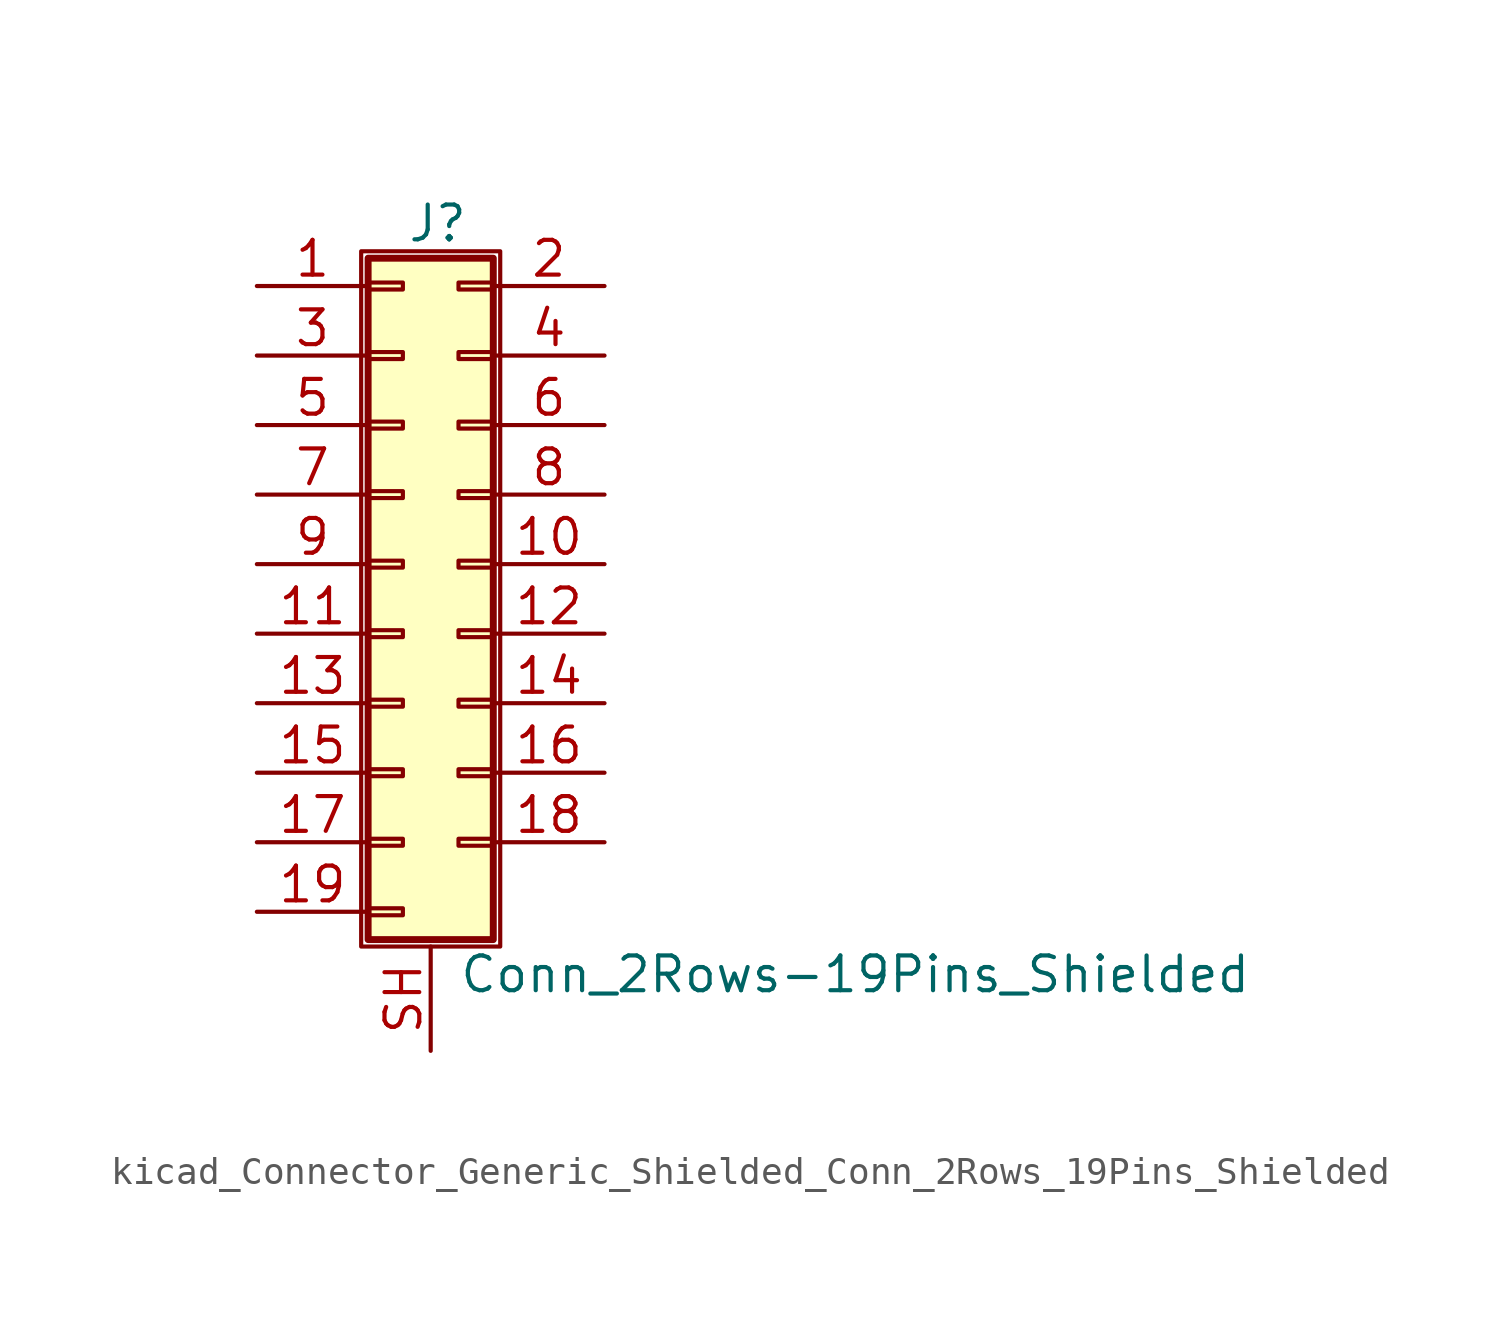
<source format=kicad_sym>
(kicad_symbol_lib
  (version 20220914)
  (generator kicad_symbol_editor)
  (symbol "kicad_Connector_Generic_Shielded_Conn_2Rows_19Pins_Shielded"
    (pin_names
      (offset 1.016) hide)
    (property "Reference" "J"
      (at 1.524 12.446 0)
      (effects (font (size 1.27 1.27))))
    (property "Value" "Conn_2Rows-19Pins_Shielded"
      (at 2.286 -14.986 0)
      (effects (font (size 1.27 1.27)) (justify left)))
    (symbol "kicad_Connector_Generic_Shielded_Conn_2Rows_19Pins_Shielded_1_1"
      (rectangle (start -1.27 11.43) (end 3.81 -13.97) (stroke (width 0.152) (type default)) (fill (type none)))
      (rectangle (start -1.016 -12.573) (end 0.254 -12.827) (stroke (width 0.152) (type default)) (fill (type none)))
      (rectangle (start -1.016 -10.033) (end 0.254 -10.287) (stroke (width 0.152) (type default)) (fill (type none)))
      (rectangle (start -1.016 -7.493) (end 0.254 -7.747) (stroke (width 0.152) (type default)) (fill (type none)))
      (rectangle (start -1.016 -4.953) (end 0.254 -5.207) (stroke (width 0.152) (type default)) (fill (type none)))
      (rectangle (start -1.016 -2.413) (end 0.254 -2.667) (stroke (width 0.152) (type default)) (fill (type none)))
      (rectangle (start -1.016 0.127) (end 0.254 -0.127) (stroke (width 0.152) (type default)) (fill (type none)))
      (rectangle (start -1.016 2.667) (end 0.254 2.413) (stroke (width 0.152) (type default)) (fill (type none)))
      (rectangle (start -1.016 5.207) (end 0.254 4.953) (stroke (width 0.152) (type default)) (fill (type none)))
      (rectangle (start -1.016 7.747) (end 0.254 7.493) (stroke (width 0.152) (type default)) (fill (type none)))
      (rectangle (start -1.016 10.287) (end 0.254 10.033) (stroke (width 0.152) (type default)) (fill (type none)))
      (rectangle (start -1.016 11.176) (end 3.556 -13.716) (stroke (width 0.254) (type default)) (fill (type background)))
      (rectangle (start 3.556 -10.033) (end 2.286 -10.287) (stroke (width 0.152) (type default)) (fill (type none)))
      (rectangle (start 3.556 -7.493) (end 2.286 -7.747) (stroke (width 0.152) (type default)) (fill (type none)))
      (rectangle (start 3.556 -4.953) (end 2.286 -5.207) (stroke (width 0.152) (type default)) (fill (type none)))
      (rectangle (start 3.556 -2.413) (end 2.286 -2.667) (stroke (width 0.152) (type default)) (fill (type none)))
      (rectangle (start 3.556 0.127) (end 2.286 -0.127) (stroke (width 0.152) (type default)) (fill (type none)))
      (rectangle (start 3.556 2.667) (end 2.286 2.413) (stroke (width 0.152) (type default)) (fill (type none)))
      (rectangle (start 3.556 5.207) (end 2.286 4.953) (stroke (width 0.152) (type default)) (fill (type none)))
      (rectangle (start 3.556 7.747) (end 2.286 7.493) (stroke (width 0.152) (type default)) (fill (type none)))
      (rectangle (start 3.556 10.287) (end 2.286 10.033) (stroke (width 0.152) (type default)) (fill (type none)))
      (pin passive line (at -5.08 10.16 0) (length 4.064) (name "Pin_1" (effects (font (size 1.27 1.27)))) (number "1" (effects (font (size 1.27 1.27)))))
      (pin passive line (at 7.62 0 180) (length 4.064) (name "Pin_10" (effects (font (size 1.27 1.27)))) (number "10" (effects (font (size 1.27 1.27)))))
      (pin passive line (at -5.08 -2.54 0) (length 4.064) (name "Pin_11" (effects (font (size 1.27 1.27)))) (number "11" (effects (font (size 1.27 1.27)))))
      (pin passive line (at 7.62 -2.54 180) (length 4.064) (name "Pin_12" (effects (font (size 1.27 1.27)))) (number "12" (effects (font (size 1.27 1.27)))))
      (pin passive line (at -5.08 -5.08 0) (length 4.064) (name "Pin_13" (effects (font (size 1.27 1.27)))) (number "13" (effects (font (size 1.27 1.27)))))
      (pin passive line (at 7.62 -5.08 180) (length 4.064) (name "Pin_14" (effects (font (size 1.27 1.27)))) (number "14" (effects (font (size 1.27 1.27)))))
      (pin passive line (at -5.08 -7.62 0) (length 4.064) (name "Pin_15" (effects (font (size 1.27 1.27)))) (number "15" (effects (font (size 1.27 1.27)))))
      (pin passive line (at 7.62 -7.62 180) (length 4.064) (name "Pin_16" (effects (font (size 1.27 1.27)))) (number "16" (effects (font (size 1.27 1.27)))))
      (pin passive line (at -5.08 -10.16 0) (length 4.064) (name "Pin_17" (effects (font (size 1.27 1.27)))) (number "17" (effects (font (size 1.27 1.27)))))
      (pin passive line (at 7.62 -10.16 180) (length 4.064) (name "Pin_18" (effects (font (size 1.27 1.27)))) (number "18" (effects (font (size 1.27 1.27)))))
      (pin passive line (at -5.08 -12.7 0) (length 4.064) (name "Pin_19" (effects (font (size 1.27 1.27)))) (number "19" (effects (font (size 1.27 1.27)))))
      (pin passive line (at 7.62 10.16 180) (length 4.064) (name "Pin_2" (effects (font (size 1.27 1.27)))) (number "2" (effects (font (size 1.27 1.27)))))
      (pin passive line (at -5.08 7.62 0) (length 4.064) (name "Pin_3" (effects (font (size 1.27 1.27)))) (number "3" (effects (font (size 1.27 1.27)))))
      (pin passive line (at 7.62 7.62 180) (length 4.064) (name "Pin_4" (effects (font (size 1.27 1.27)))) (number "4" (effects (font (size 1.27 1.27)))))
      (pin passive line (at -5.08 5.08 0) (length 4.064) (name "Pin_5" (effects (font (size 1.27 1.27)))) (number "5" (effects (font (size 1.27 1.27)))))
      (pin passive line (at 7.62 5.08 180) (length 4.064) (name "Pin_6" (effects (font (size 1.27 1.27)))) (number "6" (effects (font (size 1.27 1.27)))))
      (pin passive line (at -5.08 2.54 0) (length 4.064) (name "Pin_7" (effects (font (size 1.27 1.27)))) (number "7" (effects (font (size 1.27 1.27)))))
      (pin passive line (at 7.62 2.54 180) (length 4.064) (name "Pin_8" (effects (font (size 1.27 1.27)))) (number "8" (effects (font (size 1.27 1.27)))))
      (pin passive line (at -5.08 0 0) (length 4.064) (name "Pin_9" (effects (font (size 1.27 1.27)))) (number "9" (effects (font (size 1.27 1.27)))))
      (pin passive line (at 1.27 -17.78 90) (length 3.81) (name "Shield" (effects (font (size 1.27 1.27)))) (number "SH" (effects (font (size 1.27 1.27))))))))
</source>
